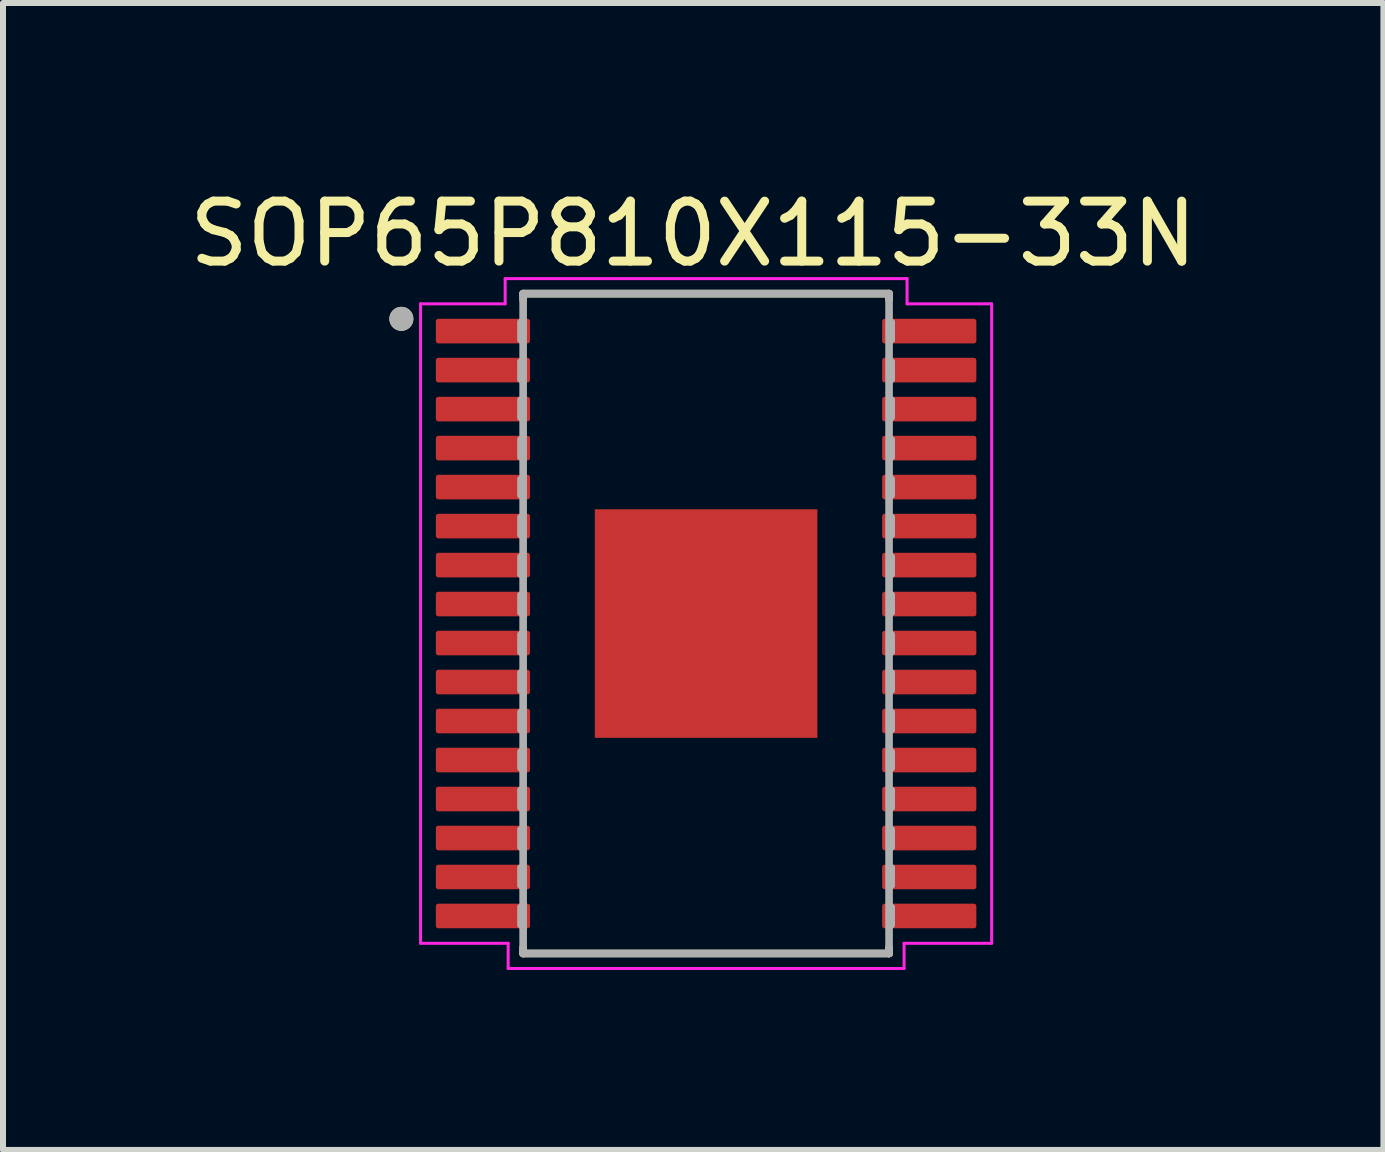
<source format=kicad_pcb>
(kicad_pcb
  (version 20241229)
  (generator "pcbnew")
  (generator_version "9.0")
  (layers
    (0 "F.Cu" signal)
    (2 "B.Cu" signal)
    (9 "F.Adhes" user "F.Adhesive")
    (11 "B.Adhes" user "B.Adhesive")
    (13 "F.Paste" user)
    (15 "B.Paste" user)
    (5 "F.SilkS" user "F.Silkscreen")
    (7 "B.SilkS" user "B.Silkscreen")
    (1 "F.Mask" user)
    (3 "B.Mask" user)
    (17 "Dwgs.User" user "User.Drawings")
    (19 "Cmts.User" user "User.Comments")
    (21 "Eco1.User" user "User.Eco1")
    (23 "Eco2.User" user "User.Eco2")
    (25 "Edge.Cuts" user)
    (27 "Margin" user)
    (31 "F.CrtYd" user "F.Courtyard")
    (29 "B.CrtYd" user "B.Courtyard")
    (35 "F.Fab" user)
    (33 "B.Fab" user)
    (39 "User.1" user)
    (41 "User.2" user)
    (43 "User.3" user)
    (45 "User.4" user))
  (footprint "SOP65P810X115-33N"
    (layer "F.Cu")
    (at 8.721 7.345)
    (property "Reference" "SOP65P810X115-33N" (at -0.215 -6.497 0) (layer "F.SilkS") (effects (font (size 1 1) (thickness 0.15))))
    (attr through_hole)
    (fp_line (start -3.05 -5.5) (end -3.05 -5.4) (stroke (width 0.127) (type solid)) (layer "F.SilkS"))
    (fp_line (start -3.05 5.4) (end -3.05 5.5) (stroke (width 0.127) (type solid)) (layer "F.SilkS"))
    (fp_line (start -3.05 5.5) (end 3.05 5.5) (stroke (width 0.127) (type solid)) (layer "F.SilkS"))
    (fp_line (start 3.05 -5.5) (end -3.05 -5.5) (stroke (width 0.127) (type solid)) (layer "F.SilkS"))
    (fp_line (start 3.05 -5.4) (end 3.05 -5.5) (stroke (width 0.127) (type solid)) (layer "F.SilkS"))
    (fp_line (start 3.05 5.5) (end 3.05 5.4) (stroke (width 0.127) (type solid)) (layer "F.SilkS"))
    (fp_circle (center -5.08 -5.08) (end -4.98 -5.08) (stroke (width 0.2) (type solid)) (fill no) (layer "F.SilkS"))
    (fp_poly (pts (xy -1.485 -1.535) (xy -0.185 -1.535) (xy -0.185 -0.185) (xy -1.485 -0.185)) (stroke (width 0.01) (type solid)) (fill yes) (layer "F.Paste"))
    (fp_poly (pts (xy -1.485 0.185) (xy -0.185 0.185) (xy -0.185 1.535) (xy -1.485 1.535)) (stroke (width 0.01) (type solid)) (fill yes) (layer "F.Paste"))
    (fp_poly (pts (xy 0.185 -1.535) (xy 1.485 -1.535) (xy 1.485 -0.185) (xy 0.185 -0.185)) (stroke (width 0.01) (type solid)) (fill yes) (layer "F.Paste"))
    (fp_poly (pts (xy 0.185 0.185) (xy 1.485 0.185) (xy 1.485 1.535) (xy 0.185 1.535)) (stroke (width 0.01) (type solid)) (fill yes) (layer "F.Paste"))
    (fp_line (start -4.76 -5.33) (end -3.35 -5.33) (stroke (width 0.05) (type solid)) (layer "F.CrtYd"))
    (fp_line (start -4.76 5.33) (end -4.76 -5.33) (stroke (width 0.05) (type solid)) (layer "F.CrtYd"))
    (fp_line (start -3.35 -5.75) (end 3.35 -5.75) (stroke (width 0.05) (type solid)) (layer "F.CrtYd"))
    (fp_line (start -3.35 -5.33) (end -3.35 -5.75) (stroke (width 0.05) (type solid)) (layer "F.CrtYd"))
    (fp_line (start -3.3 5.33) (end -4.76 5.33) (stroke (width 0.05) (type solid)) (layer "F.CrtYd"))
    (fp_line (start -3.3 5.75) (end -3.3 5.33) (stroke (width 0.05) (type solid)) (layer "F.CrtYd"))
    (fp_line (start 3.3 5.33) (end 3.3 5.75) (stroke (width 0.05) (type solid)) (layer "F.CrtYd"))
    (fp_line (start 3.3 5.75) (end -3.3 5.75) (stroke (width 0.05) (type solid)) (layer "F.CrtYd"))
    (fp_line (start 3.35 -5.75) (end 3.35 -5.33) (stroke (width 0.05) (type solid)) (layer "F.CrtYd"))
    (fp_line (start 3.35 -5.33) (end 4.76 -5.33) (stroke (width 0.05) (type solid)) (layer "F.CrtYd"))
    (fp_line (start 4.76 -5.33) (end 4.76 5.33) (stroke (width 0.05) (type solid)) (layer "F.CrtYd"))
    (fp_line (start 4.76 5.33) (end 3.3 5.33) (stroke (width 0.05) (type solid)) (layer "F.CrtYd"))
    (fp_line (start -3.099 -4.724) (end -3.099 -5.029) (stroke (width 0.1) (type solid)) (layer "F.Fab"))
    (fp_line (start -3.099 -4.064) (end -3.099 -4.369) (stroke (width 0.1) (type solid)) (layer "F.Fab"))
    (fp_line (start -3.099 -3.429) (end -3.099 -3.734) (stroke (width 0.1) (type solid)) (layer "F.Fab"))
    (fp_line (start -3.099 -2.769) (end -3.099 -3.073) (stroke (width 0.1) (type solid)) (layer "F.Fab"))
    (fp_line (start -3.099 -2.134) (end -3.099 -2.413) (stroke (width 0.1) (type solid)) (layer "F.Fab"))
    (fp_line (start -3.099 -1.473) (end -3.099 -1.778) (stroke (width 0.1) (type solid)) (layer "F.Fab"))
    (fp_line (start -3.099 -0.813) (end -3.099 -1.118) (stroke (width 0.1) (type solid)) (layer "F.Fab"))
    (fp_line (start -3.099 -0.178) (end -3.099 -0.483) (stroke (width 0.1) (type solid)) (layer "F.Fab"))
    (fp_line (start -3.099 0.483) (end -3.099 0.178) (stroke (width 0.1) (type solid)) (layer "F.Fab"))
    (fp_line (start -3.099 1.118) (end -3.099 0.813) (stroke (width 0.1) (type solid)) (layer "F.Fab"))
    (fp_line (start -3.099 1.778) (end -3.099 1.473) (stroke (width 0.1) (type solid)) (layer "F.Fab"))
    (fp_line (start -3.099 2.413) (end -3.099 2.134) (stroke (width 0.1) (type solid)) (layer "F.Fab"))
    (fp_line (start -3.099 3.073) (end -3.099 2.769) (stroke (width 0.1) (type solid)) (layer "F.Fab"))
    (fp_line (start -3.099 3.734) (end -3.099 3.429) (stroke (width 0.1) (type solid)) (layer "F.Fab"))
    (fp_line (start -3.099 4.369) (end -3.099 4.064) (stroke (width 0.1) (type solid)) (layer "F.Fab"))
    (fp_line (start -3.099 5.029) (end -3.099 4.724) (stroke (width 0.1) (type solid)) (layer "F.Fab"))
    (fp_line (start -3.05 -5.5) (end -3.05 5.5) (stroke (width 0.127) (type solid)) (layer "F.Fab"))
    (fp_line (start -3.05 5.5) (end 3.05 5.5) (stroke (width 0.127) (type solid)) (layer "F.Fab"))
    (fp_line (start 3.05 -5.5) (end -3.05 -5.5) (stroke (width 0.127) (type solid)) (layer "F.Fab"))
    (fp_line (start 3.05 5.5) (end 3.05 -5.5) (stroke (width 0.127) (type solid)) (layer "F.Fab"))
    (fp_line (start 3.099 -5.029) (end 3.099 -4.724) (stroke (width 0.1) (type solid)) (layer "F.Fab"))
    (fp_line (start 3.099 -4.369) (end 3.099 -4.064) (stroke (width 0.1) (type solid)) (layer "F.Fab"))
    (fp_line (start 3.099 -3.734) (end 3.099 -3.429) (stroke (width 0.1) (type solid)) (layer "F.Fab"))
    (fp_line (start 3.099 -3.073) (end 3.099 -2.769) (stroke (width 0.1) (type solid)) (layer "F.Fab"))
    (fp_line (start 3.099 -2.413) (end 3.099 -2.134) (stroke (width 0.1) (type solid)) (layer "F.Fab"))
    (fp_line (start 3.099 -1.778) (end 3.099 -1.473) (stroke (width 0.1) (type solid)) (layer "F.Fab"))
    (fp_line (start 3.099 -1.118) (end 3.099 -0.813) (stroke (width 0.1) (type solid)) (layer "F.Fab"))
    (fp_line (start 3.099 -0.483) (end 3.099 -0.178) (stroke (width 0.1) (type solid)) (layer "F.Fab"))
    (fp_line (start 3.099 0.178) (end 3.099 0.483) (stroke (width 0.1) (type solid)) (layer "F.Fab"))
    (fp_line (start 3.099 0.813) (end 3.099 1.118) (stroke (width 0.1) (type solid)) (layer "F.Fab"))
    (fp_line (start 3.099 1.473) (end 3.099 1.778) (stroke (width 0.1) (type solid)) (layer "F.Fab"))
    (fp_line (start 3.099 2.134) (end 3.099 2.413) (stroke (width 0.1) (type solid)) (layer "F.Fab"))
    (fp_line (start 3.099 2.769) (end 3.099 3.073) (stroke (width 0.1) (type solid)) (layer "F.Fab"))
    (fp_line (start 3.099 3.429) (end 3.099 3.734) (stroke (width 0.1) (type solid)) (layer "F.Fab"))
    (fp_line (start 3.099 4.064) (end 3.099 4.369) (stroke (width 0.1) (type solid)) (layer "F.Fab"))
    (fp_line (start 3.099 4.724) (end 3.099 5.029) (stroke (width 0.1) (type solid)) (layer "F.Fab"))
    (fp_circle (center -5.08 -5.08) (end -4.98 -5.08) (stroke (width 0.2) (type solid)) (fill no) (layer "F.Fab"))
    (pad "1" smd roundrect (at -3.72 -4.875) (size 1.57 0.41) (layers "F.Cu" "F.Mask" "F.Paste") (roundrect_rratio 0.1))
    (pad "2" smd roundrect (at -3.72 -4.225) (size 1.57 0.41) (layers "F.Cu" "F.Mask" "F.Paste") (roundrect_rratio 0.1))
    (pad "3" smd roundrect (at -3.72 -3.575) (size 1.57 0.41) (layers "F.Cu" "F.Mask" "F.Paste") (roundrect_rratio 0.1))
    (pad "4" smd roundrect (at -3.72 -2.925) (size 1.57 0.41) (layers "F.Cu" "F.Mask" "F.Paste") (roundrect_rratio 0.1))
    (pad "5" smd roundrect (at -3.72 -2.275) (size 1.57 0.41) (layers "F.Cu" "F.Mask" "F.Paste") (roundrect_rratio 0.1))
    (pad "6" smd roundrect (at -3.72 -1.625) (size 1.57 0.41) (layers "F.Cu" "F.Mask" "F.Paste") (roundrect_rratio 0.1))
    (pad "7" smd roundrect (at -3.72 -0.975) (size 1.57 0.41) (layers "F.Cu" "F.Mask" "F.Paste") (roundrect_rratio 0.1))
    (pad "8" smd roundrect (at -3.72 -0.325) (size 1.57 0.41) (layers "F.Cu" "F.Mask" "F.Paste") (roundrect_rratio 0.1))
    (pad "9" smd roundrect (at -3.72 0.325) (size 1.57 0.41) (layers "F.Cu" "F.Mask" "F.Paste") (roundrect_rratio 0.1))
    (pad "10" smd roundrect (at -3.72 0.975) (size 1.57 0.41) (layers "F.Cu" "F.Mask" "F.Paste") (roundrect_rratio 0.1))
    (pad "11" smd roundrect (at -3.72 1.625) (size 1.57 0.41) (layers "F.Cu" "F.Mask" "F.Paste") (roundrect_rratio 0.1))
    (pad "12" smd roundrect (at -3.72 2.275) (size 1.57 0.41) (layers "F.Cu" "F.Mask" "F.Paste") (roundrect_rratio 0.1))
    (pad "13" smd roundrect (at -3.72 2.925) (size 1.57 0.41) (layers "F.Cu" "F.Mask" "F.Paste") (roundrect_rratio 0.1))
    (pad "14" smd roundrect (at -3.72 3.575) (size 1.57 0.41) (layers "F.Cu" "F.Mask" "F.Paste") (roundrect_rratio 0.1))
    (pad "15" smd roundrect (at -3.72 4.225) (size 1.57 0.41) (layers "F.Cu" "F.Mask" "F.Paste") (roundrect_rratio 0.1))
    (pad "16" smd roundrect (at -3.72 4.875) (size 1.57 0.41) (layers "F.Cu" "F.Mask" "F.Paste") (roundrect_rratio 0.1))
    (pad "17" smd roundrect (at 3.72 4.875 180) (size 1.57 0.41) (layers "F.Cu" "F.Mask" "F.Paste") (roundrect_rratio 0.1))
    (pad "18" smd roundrect (at 3.72 4.225 180) (size 1.57 0.41) (layers "F.Cu" "F.Mask" "F.Paste") (roundrect_rratio 0.1))
    (pad "19" smd roundrect (at 3.72 3.575 180) (size 1.57 0.41) (layers "F.Cu" "F.Mask" "F.Paste") (roundrect_rratio 0.1))
    (pad "20" smd roundrect (at 3.72 2.925 180) (size 1.57 0.41) (layers "F.Cu" "F.Mask" "F.Paste") (roundrect_rratio 0.1))
    (pad "21" smd roundrect (at 3.72 2.275 180) (size 1.57 0.41) (layers "F.Cu" "F.Mask" "F.Paste") (roundrect_rratio 0.1))
    (pad "22" smd roundrect (at 3.72 1.625 180) (size 1.57 0.41) (layers "F.Cu" "F.Mask" "F.Paste") (roundrect_rratio 0.1))
    (pad "23" smd roundrect (at 3.72 0.975 180) (size 1.57 0.41) (layers "F.Cu" "F.Mask" "F.Paste") (roundrect_rratio 0.1))
    (pad "24" smd roundrect (at 3.72 0.325 180) (size 1.57 0.41) (layers "F.Cu" "F.Mask" "F.Paste") (roundrect_rratio 0.1))
    (pad "25" smd roundrect (at 3.72 -0.325 180) (size 1.57 0.41) (layers "F.Cu" "F.Mask" "F.Paste") (roundrect_rratio 0.1))
    (pad "26" smd roundrect (at 3.72 -0.975 180) (size 1.57 0.41) (layers "F.Cu" "F.Mask" "F.Paste") (roundrect_rratio 0.1))
    (pad "27" smd roundrect (at 3.72 -1.625 180) (size 1.57 0.41) (layers "F.Cu" "F.Mask" "F.Paste") (roundrect_rratio 0.1))
    (pad "28" smd roundrect (at 3.72 -2.275 180) (size 1.57 0.41) (layers "F.Cu" "F.Mask" "F.Paste") (roundrect_rratio 0.1))
    (pad "29" smd roundrect (at 3.72 -2.925 180) (size 1.57 0.41) (layers "F.Cu" "F.Mask" "F.Paste") (roundrect_rratio 0.1))
    (pad "30" smd roundrect (at 3.72 -3.575 180) (size 1.57 0.41) (layers "F.Cu" "F.Mask" "F.Paste") (roundrect_rratio 0.1))
    (pad "31" smd roundrect (at 3.72 -4.225 180) (size 1.57 0.41) (layers "F.Cu" "F.Mask" "F.Paste") (roundrect_rratio 0.1))
    (pad "32" smd roundrect (at 3.72 -4.875 180) (size 1.57 0.41) (layers "F.Cu" "F.Mask" "F.Paste") (roundrect_rratio 0.1))
    (pad "33" smd rect (at 0 0) (size 3.71 3.81) (layers "F.Cu" "F.Mask")))
  (gr_rect
    (start -3 -3)
    (end 20.012 16.12)
    (stroke (width 0.1) (type default))
    (fill no)
    (layer "Edge.Cuts")))
</source>
